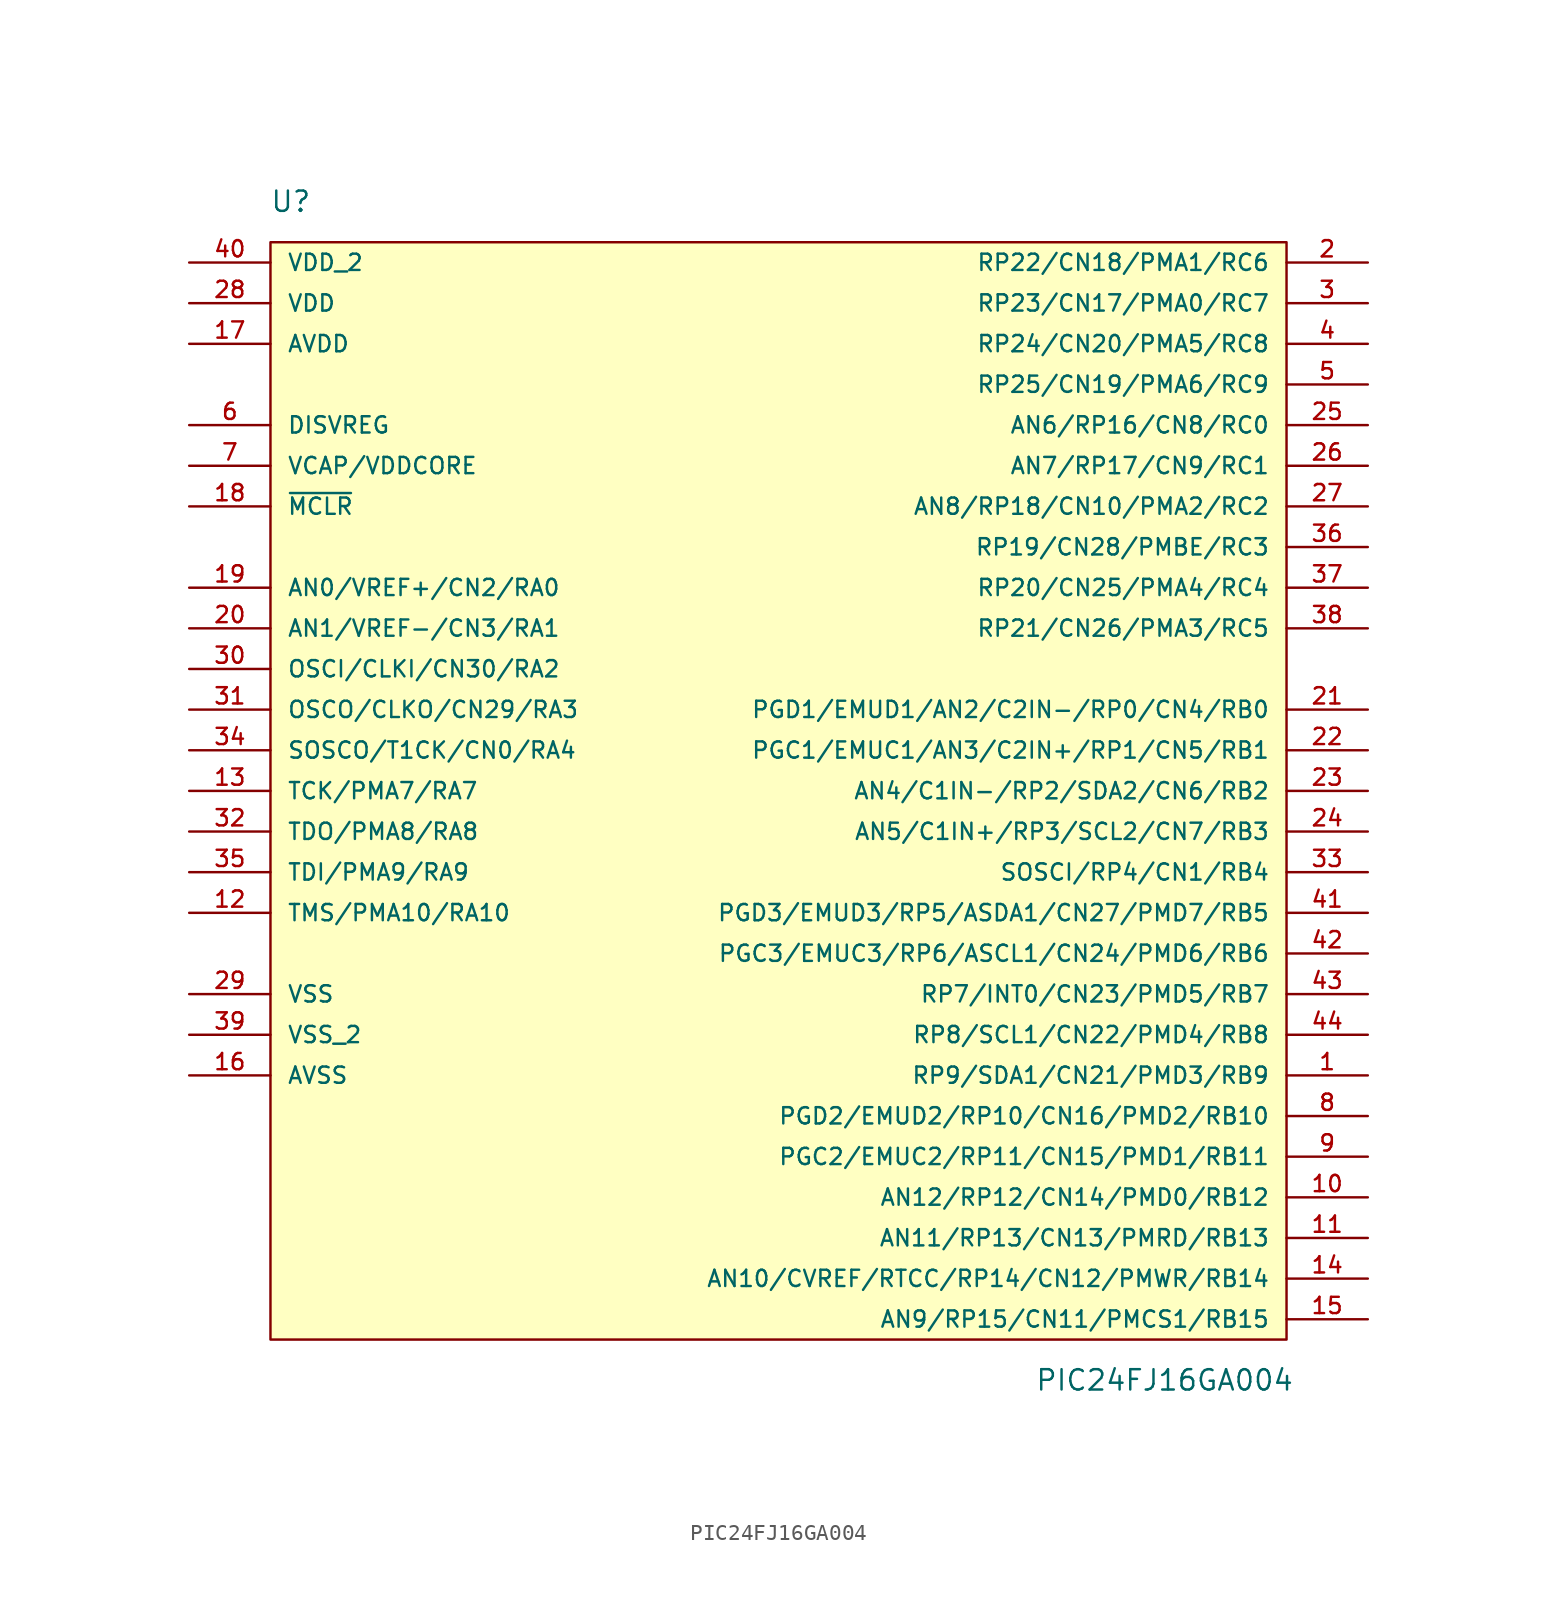
<source format=kicad_sym>
(kicad_symbol_lib
  (version 20220914)
  (generator kicad_symbol_editor)
  (symbol "PIC24FJ16GA004"
    (pin_names
      (offset 1.016))
    (property "Reference" "U"
      (at -25.4 36.83 0)
      (effects (font (size 1.27 1.27))))
    (property "Value" "PIC24FJ16GA004"
      (at 29.21 -36.83 0)
      (effects (font (size 1.27 1.27))))
    (symbol "PIC24FJ16GA004_0_1"
      (rectangle (start 36.83 34.29) (end -26.67 -34.29) (stroke (width 0) (type solid)) (fill (type background))))
    (symbol "PIC24FJ16GA004_1_1"
      (pin bidirectional line (at 41.91 -17.78 180) (length 5.08) (name "RP9/SDA1/CN21/PMD3/RB9" (effects (font (size 1.016 1.016)))) (number "1" (effects (font (size 1.016 1.016)))))
      (pin bidirectional line (at 41.91 -25.4 180) (length 5.08) (name "AN12/RP12/CN14/PMD0/RB12" (effects (font (size 1.016 1.016)))) (number "10" (effects (font (size 1.016 1.016)))))
      (pin bidirectional line (at 41.91 -27.94 180) (length 5.08) (name "AN11/RP13/CN13/PMRD/RB13" (effects (font (size 1.016 1.016)))) (number "11" (effects (font (size 1.016 1.016)))))
      (pin bidirectional line (at -31.75 -7.62 0) (length 5.08) (name "TMS/PMA10/RA10" (effects (font (size 1.016 1.016)))) (number "12" (effects (font (size 1.016 1.016)))))
      (pin bidirectional line (at -31.75 0 0) (length 5.08) (name "TCK/PMA7/RA7" (effects (font (size 1.016 1.016)))) (number "13" (effects (font (size 1.016 1.016)))))
      (pin bidirectional line (at 41.91 -30.48 180) (length 5.08) (name "AN10/CVREF/RTCC/RP14/CN12/PMWR/RB14" (effects (font (size 1.016 1.016)))) (number "14" (effects (font (size 1.016 1.016)))))
      (pin bidirectional line (at 41.91 -33.02 180) (length 5.08) (name "AN9/RP15/CN11/PMCS1/RB15" (effects (font (size 1.016 1.016)))) (number "15" (effects (font (size 1.016 1.016)))))
      (pin power_in line (at -31.75 -17.78 0) (length 5.08) (name "AVSS" (effects (font (size 1.016 1.016)))) (number "16" (effects (font (size 1.016 1.016)))))
      (pin power_in line (at -31.75 27.94 0) (length 5.08) (name "AVDD" (effects (font (size 1.016 1.016)))) (number "17" (effects (font (size 1.016 1.016)))))
      (pin bidirectional line (at -31.75 17.78 0) (length 5.08) (name "~{MCLR}" (effects (font (size 1.016 1.016)))) (number "18" (effects (font (size 1.016 1.016)))))
      (pin bidirectional line (at -31.75 12.7 0) (length 5.08) (name "AN0/VREF+/CN2/RA0" (effects (font (size 1.016 1.016)))) (number "19" (effects (font (size 1.016 1.016)))))
      (pin bidirectional line (at 41.91 33.02 180) (length 5.08) (name "RP22/CN18/PMA1/RC6" (effects (font (size 1.016 1.016)))) (number "2" (effects (font (size 1.016 1.016)))))
      (pin bidirectional line (at -31.75 10.16 0) (length 5.08) (name "AN1/VREF-/CN3/RA1" (effects (font (size 1.016 1.016)))) (number "20" (effects (font (size 1.016 1.016)))))
      (pin bidirectional line (at 41.91 5.08 180) (length 5.08) (name "PGD1/EMUD1/AN2/C2IN-/RP0/CN4/RB0" (effects (font (size 1.016 1.016)))) (number "21" (effects (font (size 1.016 1.016)))))
      (pin bidirectional line (at 41.91 2.54 180) (length 5.08) (name "PGC1/EMUC1/AN3/C2IN+/RP1/CN5/RB1" (effects (font (size 1.016 1.016)))) (number "22" (effects (font (size 1.016 1.016)))))
      (pin bidirectional line (at 41.91 0 180) (length 5.08) (name "AN4/C1IN-/RP2/SDA2/CN6/RB2" (effects (font (size 1.016 1.016)))) (number "23" (effects (font (size 1.016 1.016)))))
      (pin bidirectional line (at 41.91 -2.54 180) (length 5.08) (name "AN5/C1IN+/RP3/SCL2/CN7/RB3" (effects (font (size 1.016 1.016)))) (number "24" (effects (font (size 1.016 1.016)))))
      (pin bidirectional line (at 41.91 22.86 180) (length 5.08) (name "AN6/RP16/CN8/RC0" (effects (font (size 1.016 1.016)))) (number "25" (effects (font (size 1.016 1.016)))))
      (pin bidirectional line (at 41.91 20.32 180) (length 5.08) (name "AN7/RP17/CN9/RC1" (effects (font (size 1.016 1.016)))) (number "26" (effects (font (size 1.016 1.016)))))
      (pin bidirectional line (at 41.91 17.78 180) (length 5.08) (name "AN8/RP18/CN10/PMA2/RC2" (effects (font (size 1.016 1.016)))) (number "27" (effects (font (size 1.016 1.016)))))
      (pin power_in line (at -31.75 30.48 0) (length 5.08) (name "VDD" (effects (font (size 1.016 1.016)))) (number "28" (effects (font (size 1.016 1.016)))))
      (pin power_in line (at -31.75 -12.7 0) (length 5.08) (name "VSS" (effects (font (size 1.016 1.016)))) (number "29" (effects (font (size 1.016 1.016)))))
      (pin bidirectional line (at 41.91 30.48 180) (length 5.08) (name "RP23/CN17/PMA0/RC7" (effects (font (size 1.016 1.016)))) (number "3" (effects (font (size 1.016 1.016)))))
      (pin bidirectional line (at -31.75 7.62 0) (length 5.08) (name "OSCI/CLKI/CN30/RA2" (effects (font (size 1.016 1.016)))) (number "30" (effects (font (size 1.016 1.016)))))
      (pin bidirectional line (at -31.75 5.08 0) (length 5.08) (name "OSCO/CLKO/CN29/RA3" (effects (font (size 1.016 1.016)))) (number "31" (effects (font (size 1.016 1.016)))))
      (pin bidirectional line (at -31.75 -2.54 0) (length 5.08) (name "TDO/PMA8/RA8" (effects (font (size 1.016 1.016)))) (number "32" (effects (font (size 1.016 1.016)))))
      (pin bidirectional line (at 41.91 -5.08 180) (length 5.08) (name "SOSCI/RP4/CN1/RB4" (effects (font (size 1.016 1.016)))) (number "33" (effects (font (size 1.016 1.016)))))
      (pin bidirectional line (at -31.75 2.54 0) (length 5.08) (name "SOSCO/T1CK/CN0/RA4" (effects (font (size 1.016 1.016)))) (number "34" (effects (font (size 1.016 1.016)))))
      (pin bidirectional line (at -31.75 -5.08 0) (length 5.08) (name "TDI/PMA9/RA9" (effects (font (size 1.016 1.016)))) (number "35" (effects (font (size 1.016 1.016)))))
      (pin bidirectional line (at 41.91 15.24 180) (length 5.08) (name "RP19/CN28/PMBE/RC3" (effects (font (size 1.016 1.016)))) (number "36" (effects (font (size 1.016 1.016)))))
      (pin bidirectional line (at 41.91 12.7 180) (length 5.08) (name "RP20/CN25/PMA4/RC4" (effects (font (size 1.016 1.016)))) (number "37" (effects (font (size 1.016 1.016)))))
      (pin bidirectional line (at 41.91 10.16 180) (length 5.08) (name "RP21/CN26/PMA3/RC5" (effects (font (size 1.016 1.016)))) (number "38" (effects (font (size 1.016 1.016)))))
      (pin power_in line (at -31.75 -15.24 0) (length 5.08) (name "VSS_2" (effects (font (size 1.016 1.016)))) (number "39" (effects (font (size 1.016 1.016)))))
      (pin bidirectional line (at 41.91 27.94 180) (length 5.08) (name "RP24/CN20/PMA5/RC8" (effects (font (size 1.016 1.016)))) (number "4" (effects (font (size 1.016 1.016)))))
      (pin power_in line (at -31.75 33.02 0) (length 5.08) (name "VDD_2" (effects (font (size 1.016 1.016)))) (number "40" (effects (font (size 1.016 1.016)))))
      (pin bidirectional line (at 41.91 -7.62 180) (length 5.08) (name "PGD3/EMUD3/RP5/ASDA1/CN27/PMD7/RB5" (effects (font (size 1.016 1.016)))) (number "41" (effects (font (size 1.016 1.016)))))
      (pin bidirectional line (at 41.91 -10.16 180) (length 5.08) (name "PGC3/EMUC3/RP6/ASCL1/CN24/PMD6/RB6" (effects (font (size 1.016 1.016)))) (number "42" (effects (font (size 1.016 1.016)))))
      (pin bidirectional line (at 41.91 -12.7 180) (length 5.08) (name "RP7/INT0/CN23/PMD5/RB7" (effects (font (size 1.016 1.016)))) (number "43" (effects (font (size 1.016 1.016)))))
      (pin bidirectional line (at 41.91 -15.24 180) (length 5.08) (name "RP8/SCL1/CN22/PMD4/RB8" (effects (font (size 1.016 1.016)))) (number "44" (effects (font (size 1.016 1.016)))))
      (pin bidirectional line (at 41.91 25.4 180) (length 5.08) (name "RP25/CN19/PMA6/RC9" (effects (font (size 1.016 1.016)))) (number "5" (effects (font (size 1.016 1.016)))))
      (pin passive line (at -31.75 22.86 0) (length 5.08) (name "DISVREG" (effects (font (size 1.016 1.016)))) (number "6" (effects (font (size 1.016 1.016)))))
      (pin power_in line (at -31.75 20.32 0) (length 5.08) (name "VCAP/VDDCORE" (effects (font (size 1.016 1.016)))) (number "7" (effects (font (size 1.016 1.016)))))
      (pin bidirectional line (at 41.91 -20.32 180) (length 5.08) (name "PGD2/EMUD2/RP10/CN16/PMD2/RB10" (effects (font (size 1.016 1.016)))) (number "8" (effects (font (size 1.016 1.016)))))
      (pin bidirectional line (at 41.91 -22.86 180) (length 5.08) (name "PGC2/EMUC2/RP11/CN15/PMD1/RB11" (effects (font (size 1.016 1.016)))) (number "9" (effects (font (size 1.016 1.016))))))))
</source>
